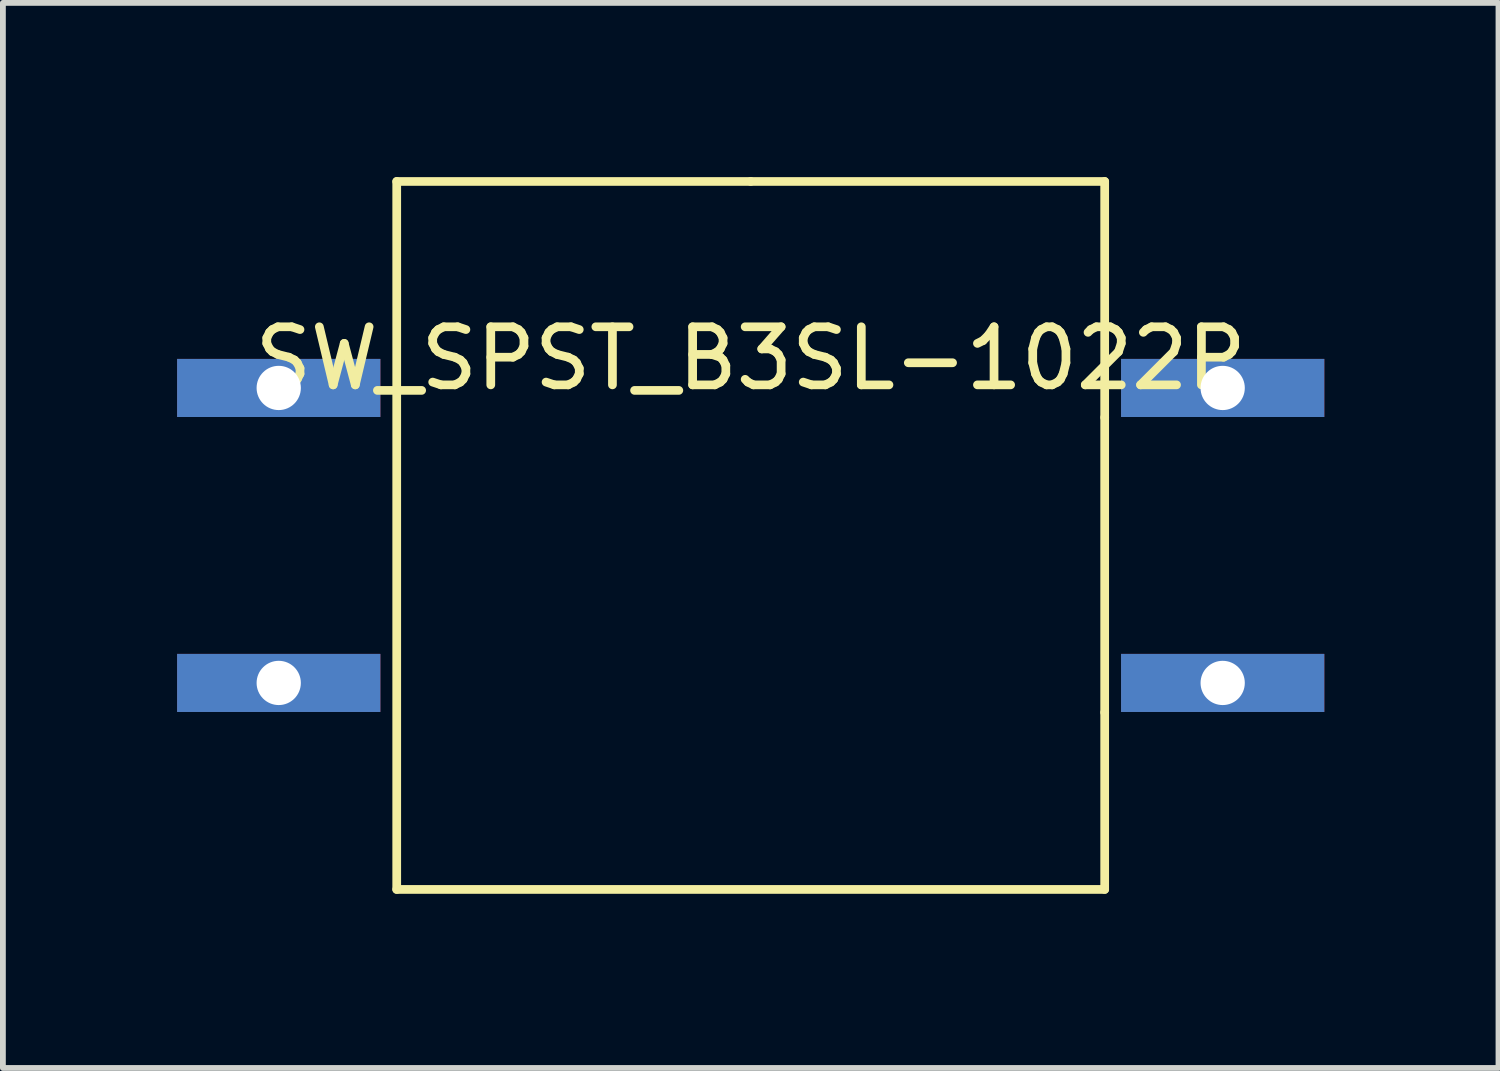
<source format=kicad_pcb>
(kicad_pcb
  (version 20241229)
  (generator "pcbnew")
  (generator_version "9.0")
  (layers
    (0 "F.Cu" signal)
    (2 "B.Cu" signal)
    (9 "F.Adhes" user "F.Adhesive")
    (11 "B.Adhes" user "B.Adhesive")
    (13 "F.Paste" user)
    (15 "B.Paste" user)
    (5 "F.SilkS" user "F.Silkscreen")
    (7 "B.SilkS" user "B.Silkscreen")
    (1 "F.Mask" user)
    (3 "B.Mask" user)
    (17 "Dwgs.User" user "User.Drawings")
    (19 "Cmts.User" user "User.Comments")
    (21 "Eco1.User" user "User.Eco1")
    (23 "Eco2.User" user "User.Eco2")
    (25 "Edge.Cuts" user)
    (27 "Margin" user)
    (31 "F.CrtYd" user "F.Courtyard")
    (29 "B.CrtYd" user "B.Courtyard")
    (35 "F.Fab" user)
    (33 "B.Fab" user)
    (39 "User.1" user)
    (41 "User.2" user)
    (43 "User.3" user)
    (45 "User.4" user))
  (footprint "SW_SPST_B3SL-1022P"
    (layer "F.Cu")
    (at 9.878 6.171)
    (property "Reference" "SW_SPST_B3SL-1022P" (at 0 -3.048 0) (layer "F.SilkS") (effects (font (size 1 1) (thickness 0.15))))
    (attr smd)
    (fp_line (start -6.096 -6.096) (end 0 -6.096) (stroke (width 0.15) (type solid)) (layer "F.SilkS"))
    (fp_line (start -6.096 6.096) (end -6.096 -6.096) (stroke (width 0.15) (type solid)) (layer "F.SilkS"))
    (fp_line (start 0 -6.096) (end 6.096 -6.096) (stroke (width 0.15) (type solid)) (layer "F.SilkS"))
    (fp_line (start 6.096 -6.096) (end 6.096 -2.032) (stroke (width 0.15) (type solid)) (layer "F.SilkS"))
    (fp_line (start 6.096 -2.032) (end 6.096 3.048) (stroke (width 0.15) (type solid)) (layer "F.SilkS"))
    (fp_line (start 6.096 3.048) (end 6.096 6.096) (stroke (width 0.15) (type solid)) (layer "F.SilkS"))
    (fp_line (start 6.096 6.096) (end -6.096 6.096) (stroke (width 0.15) (type solid)) (layer "F.SilkS"))
    (pad "2" thru_hole rect (at 8.128 -2.54) (size 3.5 1) (drill 0.762) (layers "*.Cu" "*.Mask"))
    (pad "3" thru_hole rect (at 8.128 2.54) (size 3.5 1) (drill 0.762) (layers "*.Cu" "*.Mask"))
    (pad "4" thru_hole rect (at -8.128 -2.54) (size 3.5 1) (drill 0.762) (layers "*.Cu" "*.Mask"))
    (pad "5" thru_hole rect (at -8.128 2.54) (size 3.5 1) (drill 0.762) (layers "*.Cu" "*.Mask")))
  (gr_rect
    (start -3 -3)
    (end 22.756 15.342)
    (stroke (width 0.1) (type default))
    (fill no)
    (layer "Edge.Cuts")))
</source>
